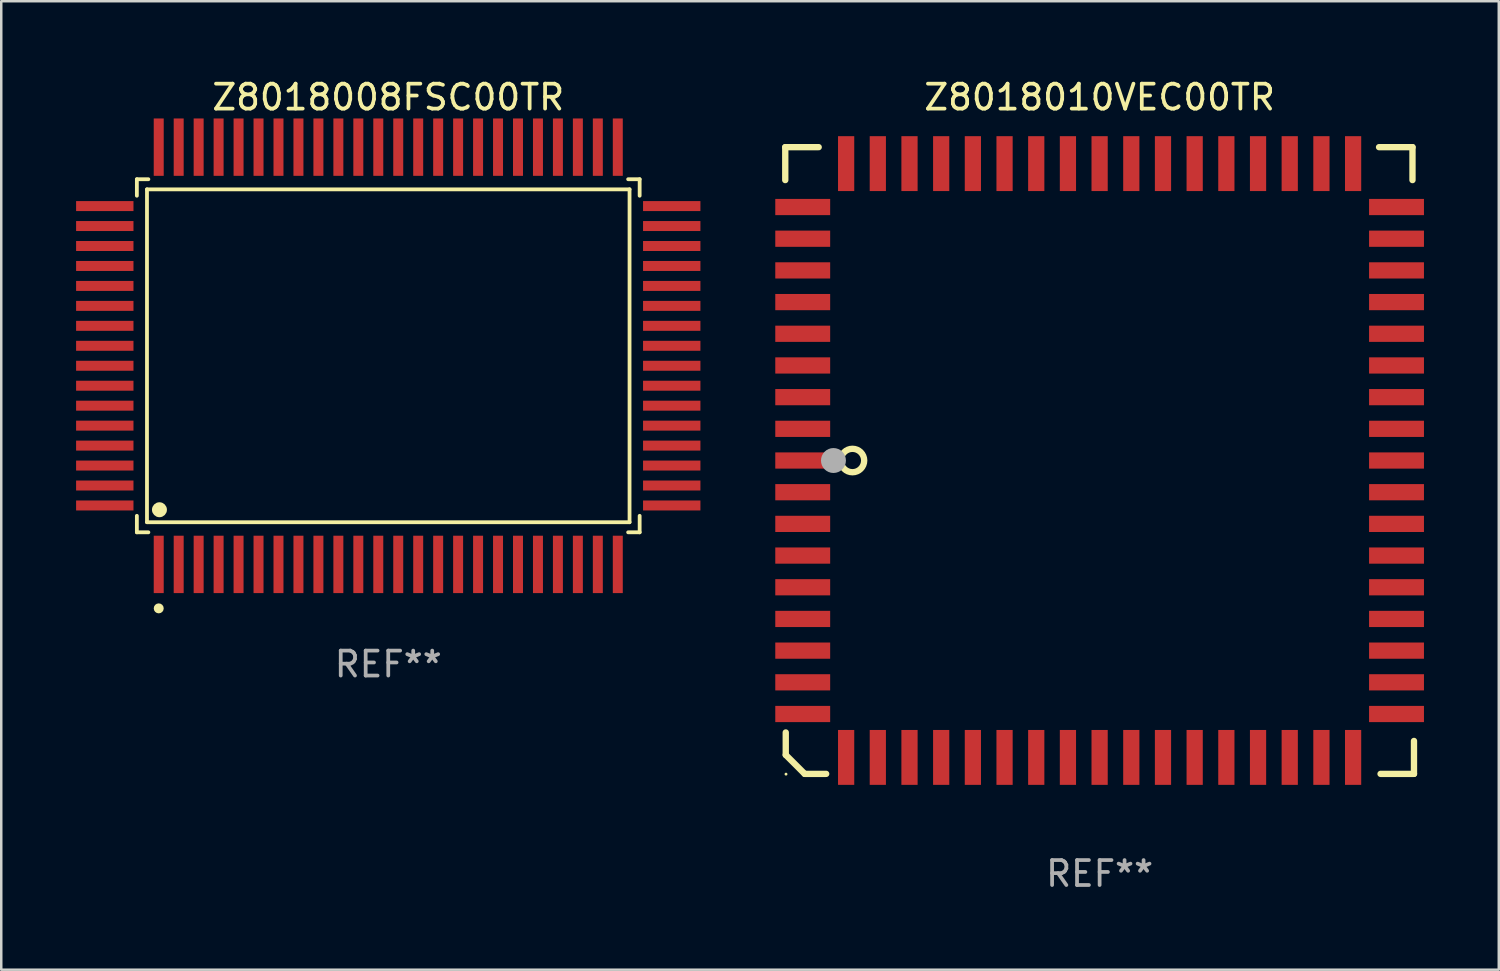
<source format=kicad_pcb>
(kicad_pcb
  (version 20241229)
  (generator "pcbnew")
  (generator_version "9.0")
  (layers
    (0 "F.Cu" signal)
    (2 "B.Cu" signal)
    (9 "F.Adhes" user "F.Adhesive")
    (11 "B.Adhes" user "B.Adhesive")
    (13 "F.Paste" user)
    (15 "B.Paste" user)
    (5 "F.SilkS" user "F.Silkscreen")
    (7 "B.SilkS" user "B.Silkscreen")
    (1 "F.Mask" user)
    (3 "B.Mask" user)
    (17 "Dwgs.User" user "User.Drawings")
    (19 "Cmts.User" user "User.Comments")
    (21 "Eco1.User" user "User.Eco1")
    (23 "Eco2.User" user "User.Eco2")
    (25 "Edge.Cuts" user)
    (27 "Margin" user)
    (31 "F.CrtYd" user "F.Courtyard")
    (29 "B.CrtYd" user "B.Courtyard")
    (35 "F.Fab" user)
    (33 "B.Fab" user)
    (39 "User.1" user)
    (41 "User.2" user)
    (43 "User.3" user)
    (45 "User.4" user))
  (footprint "Z8018010VEC00TR"
    (layer "F.Cu")
    (at 41.024 15.408)
    (property "Reference" "Z8018010VEC00TR" (at 0 -14.56 0) (layer "F.SilkS") (effects (font (size 1 1) (thickness 0.15))))
    (attr through_hole)
    (fp_line (start -12.6 -12.56) (end -12.6 -11.24) (stroke (width 0.254) (type solid)) (layer "F.SilkS"))
    (fp_line (start -12.58 10.9) (end -12.58 11.8) (stroke (width 0.254) (type solid)) (layer "F.SilkS"))
    (fp_line (start -12.58 11.8) (end -11.82 12.56) (stroke (width 0.254) (type solid)) (layer "F.SilkS"))
    (fp_line (start -11.82 12.56) (end -10.96 12.56) (stroke (width 0.254) (type solid)) (layer "F.SilkS"))
    (fp_line (start -11.26 -12.56) (end -12.6 -12.56) (stroke (width 0.254) (type solid)) (layer "F.SilkS"))
    (fp_line (start 11.2 -12.56) (end 12.54 -12.56) (stroke (width 0.254) (type solid)) (layer "F.SilkS"))
    (fp_line (start 11.26 12.56) (end 12.6 12.56) (stroke (width 0.254) (type solid)) (layer "F.SilkS"))
    (fp_line (start 12.54 -12.56) (end 12.54 -11.24) (stroke (width 0.254) (type solid)) (layer "F.SilkS"))
    (fp_line (start 12.6 12.56) (end 12.6 11.24) (stroke (width 0.254) (type solid)) (layer "F.SilkS"))
    (fp_circle (center -12.57 12.57) (end -12.54 12.57) (stroke (width 0.06) (type solid)) (fill no) (layer "F.SilkS"))
    (fp_circle (center -9.906 0) (end -9.436 0) (stroke (width 0.254) (type solid)) (fill no) (layer "F.SilkS"))
    (fp_circle (center -10.668 0) (end -10.418 0) (stroke (width 0.5) (type solid)) (fill no) (layer "F.Fab"))
    (fp_text user "REF**" (at 0 16.56 0) (layer "F.Fab") (effects (font (size 1 1) (thickness 0.15))))
    (pad "1" smd rect (at -11.9 -0.000076 270) (size 0.65 2.2) (layers "F.Cu" "F.Mask" "F.Paste"))
    (pad "2" smd rect (at -11.9 1.27 270) (size 0.65 2.2) (layers "F.Cu" "F.Mask" "F.Paste"))
    (pad "3" smd rect (at -11.9 2.54 270) (size 0.65 2.2) (layers "F.Cu" "F.Mask" "F.Paste"))
    (pad "4" smd rect (at -11.9 3.81 270) (size 0.65 2.2) (layers "F.Cu" "F.Mask" "F.Paste"))
    (pad "5" smd rect (at -11.9 5.08 270) (size 0.65 2.2) (layers "F.Cu" "F.Mask" "F.Paste"))
    (pad "6" smd rect (at -11.9 6.35 270) (size 0.65 2.2) (layers "F.Cu" "F.Mask" "F.Paste"))
    (pad "7" smd rect (at -11.9 7.62 270) (size 0.65 2.2) (layers "F.Cu" "F.Mask" "F.Paste"))
    (pad "8" smd rect (at -11.9 8.89 270) (size 0.65 2.2) (layers "F.Cu" "F.Mask" "F.Paste"))
    (pad "9" smd rect (at -11.9 10.16 270) (size 0.65 2.2) (layers "F.Cu" "F.Mask" "F.Paste"))
    (pad "10" smd rect (at -10.16 11.9 270) (size 2.2 0.65) (layers "F.Cu" "F.Mask" "F.Paste"))
    (pad "11" smd rect (at -8.89 11.9 270) (size 2.2 0.65) (layers "F.Cu" "F.Mask" "F.Paste"))
    (pad "12" smd rect (at -7.62 11.9 270) (size 2.2 0.65) (layers "F.Cu" "F.Mask" "F.Paste"))
    (pad "13" smd rect (at -6.35 11.9 270) (size 2.2 0.65) (layers "F.Cu" "F.Mask" "F.Paste"))
    (pad "14" smd rect (at -5.08 11.9 270) (size 2.2 0.65) (layers "F.Cu" "F.Mask" "F.Paste"))
    (pad "15" smd rect (at -3.81 11.9 270) (size 2.2 0.65) (layers "F.Cu" "F.Mask" "F.Paste"))
    (pad "16" smd rect (at -2.54 11.9 270) (size 2.2 0.65) (layers "F.Cu" "F.Mask" "F.Paste"))
    (pad "17" smd rect (at -1.27 11.9 270) (size 2.2 0.65) (layers "F.Cu" "F.Mask" "F.Paste"))
    (pad "18" smd rect (at 0 11.9 270) (size 2.2 0.65) (layers "F.Cu" "F.Mask" "F.Paste"))
    (pad "19" smd rect (at 1.27 11.9 270) (size 2.2 0.65) (layers "F.Cu" "F.Mask" "F.Paste"))
    (pad "20" smd rect (at 2.54 11.9 270) (size 2.2 0.65) (layers "F.Cu" "F.Mask" "F.Paste"))
    (pad "21" smd rect (at 3.81 11.9 270) (size 2.2 0.65) (layers "F.Cu" "F.Mask" "F.Paste"))
    (pad "22" smd rect (at 5.08 11.9 270) (size 2.2 0.65) (layers "F.Cu" "F.Mask" "F.Paste"))
    (pad "23" smd rect (at 6.35 11.9 270) (size 2.2 0.65) (layers "F.Cu" "F.Mask" "F.Paste"))
    (pad "24" smd rect (at 7.62 11.9 270) (size 2.2 0.65) (layers "F.Cu" "F.Mask" "F.Paste"))
    (pad "25" smd rect (at 8.89 11.9 270) (size 2.2 0.65) (layers "F.Cu" "F.Mask" "F.Paste"))
    (pad "26" smd rect (at 10.16 11.9 270) (size 2.2 0.65) (layers "F.Cu" "F.Mask" "F.Paste"))
    (pad "27" smd rect (at 11.9 10.16 270) (size 0.65 2.2) (layers "F.Cu" "F.Mask" "F.Paste"))
    (pad "28" smd rect (at 11.9 8.89 270) (size 0.65 2.2) (layers "F.Cu" "F.Mask" "F.Paste"))
    (pad "29" smd rect (at 11.9 7.62 270) (size 0.65 2.2) (layers "F.Cu" "F.Mask" "F.Paste"))
    (pad "30" smd rect (at 11.9 6.35 270) (size 0.65 2.2) (layers "F.Cu" "F.Mask" "F.Paste"))
    (pad "31" smd rect (at 11.9 5.08 270) (size 0.65 2.2) (layers "F.Cu" "F.Mask" "F.Paste"))
    (pad "32" smd rect (at 11.9 3.81 270) (size 0.65 2.2) (layers "F.Cu" "F.Mask" "F.Paste"))
    (pad "33" smd rect (at 11.9 2.54 270) (size 0.65 2.2) (layers "F.Cu" "F.Mask" "F.Paste"))
    (pad "34" smd rect (at 11.9 1.27 270) (size 0.65 2.2) (layers "F.Cu" "F.Mask" "F.Paste"))
    (pad "35" smd rect (at 11.9 -0.000076 270) (size 0.65 2.2) (layers "F.Cu" "F.Mask" "F.Paste"))
    (pad "36" smd rect (at 11.9 -1.27 270) (size 0.65 2.2) (layers "F.Cu" "F.Mask" "F.Paste"))
    (pad "37" smd rect (at 11.9 -2.54 270) (size 0.65 2.2) (layers "F.Cu" "F.Mask" "F.Paste"))
    (pad "38" smd rect (at 11.9 -3.81 270) (size 0.65 2.2) (layers "F.Cu" "F.Mask" "F.Paste"))
    (pad "39" smd rect (at 11.9 -5.08 270) (size 0.65 2.2) (layers "F.Cu" "F.Mask" "F.Paste"))
    (pad "40" smd rect (at 11.9 -6.35 270) (size 0.65 2.2) (layers "F.Cu" "F.Mask" "F.Paste"))
    (pad "41" smd rect (at 11.9 -7.62 270) (size 0.65 2.2) (layers "F.Cu" "F.Mask" "F.Paste"))
    (pad "42" smd rect (at 11.9 -8.89 270) (size 0.65 2.2) (layers "F.Cu" "F.Mask" "F.Paste"))
    (pad "43" smd rect (at 11.9 -10.16 270) (size 0.65 2.2) (layers "F.Cu" "F.Mask" "F.Paste"))
    (pad "44" smd rect (at 10.16 -11.9 270) (size 2.2 0.65) (layers "F.Cu" "F.Mask" "F.Paste"))
    (pad "45" smd rect (at 8.89 -11.9 270) (size 2.2 0.65) (layers "F.Cu" "F.Mask" "F.Paste"))
    (pad "46" smd rect (at 7.62 -11.9 270) (size 2.2 0.65) (layers "F.Cu" "F.Mask" "F.Paste"))
    (pad "47" smd rect (at 6.35 -11.9 270) (size 2.2 0.65) (layers "F.Cu" "F.Mask" "F.Paste"))
    (pad "48" smd rect (at 5.08 -11.9 270) (size 2.2 0.65) (layers "F.Cu" "F.Mask" "F.Paste"))
    (pad "49" smd rect (at 3.81 -11.9 270) (size 2.2 0.65) (layers "F.Cu" "F.Mask" "F.Paste"))
    (pad "50" smd rect (at 2.54 -11.9 270) (size 2.2 0.65) (layers "F.Cu" "F.Mask" "F.Paste"))
    (pad "51" smd rect (at 1.27 -11.9 270) (size 2.2 0.65) (layers "F.Cu" "F.Mask" "F.Paste"))
    (pad "52" smd rect (at 0 -11.9 270) (size 2.2 0.65) (layers "F.Cu" "F.Mask" "F.Paste"))
    (pad "53" smd rect (at -1.27 -11.9 270) (size 2.2 0.65) (layers "F.Cu" "F.Mask" "F.Paste"))
    (pad "54" smd rect (at -2.54 -11.9 270) (size 2.2 0.65) (layers "F.Cu" "F.Mask" "F.Paste"))
    (pad "55" smd rect (at -3.81 -11.9 270) (size 2.2 0.65) (layers "F.Cu" "F.Mask" "F.Paste"))
    (pad "56" smd rect (at -5.08 -11.9 270) (size 2.2 0.65) (layers "F.Cu" "F.Mask" "F.Paste"))
    (pad "57" smd rect (at -6.35 -11.9 270) (size 2.2 0.65) (layers "F.Cu" "F.Mask" "F.Paste"))
    (pad "58" smd rect (at -7.62 -11.9 270) (size 2.2 0.65) (layers "F.Cu" "F.Mask" "F.Paste"))
    (pad "59" smd rect (at -8.89 -11.9 270) (size 2.2 0.65) (layers "F.Cu" "F.Mask" "F.Paste"))
    (pad "60" smd rect (at -10.16 -11.9 270) (size 2.2 0.65) (layers "F.Cu" "F.Mask" "F.Paste"))
    (pad "61" smd rect (at -11.9 -10.16 270) (size 0.65 2.2) (layers "F.Cu" "F.Mask" "F.Paste"))
    (pad "62" smd rect (at -11.9 -8.89 270) (size 0.65 2.2) (layers "F.Cu" "F.Mask" "F.Paste"))
    (pad "63" smd rect (at -11.9 -7.62 270) (size 0.65 2.2) (layers "F.Cu" "F.Mask" "F.Paste"))
    (pad "64" smd rect (at -11.9 -6.35 270) (size 0.65 2.2) (layers "F.Cu" "F.Mask" "F.Paste"))
    (pad "65" smd rect (at -11.9 -5.08 270) (size 0.65 2.2) (layers "F.Cu" "F.Mask" "F.Paste"))
    (pad "66" smd rect (at -11.9 -3.81 270) (size 0.65 2.2) (layers "F.Cu" "F.Mask" "F.Paste"))
    (pad "67" smd rect (at -11.9 -2.54 270) (size 0.65 2.2) (layers "F.Cu" "F.Mask" "F.Paste"))
    (pad "68" smd rect (at -11.9 -1.27 270) (size 0.65 2.2) (layers "F.Cu" "F.Mask" "F.Paste")))
  (footprint "Z8018008FSC00TR"
    (layer "F.Cu")
    (at 12.512 11.21)
    (property "Reference" "Z8018008FSC00TR" (at 0 -10.362 0) (layer "F.SilkS") (effects (font (size 1 1) (thickness 0.15))))
    (attr through_hole)
    (fp_line (start -10.076 -7.076) (end -9.615 -7.076) (stroke (width 0.152) (type solid)) (layer "F.SilkS"))
    (fp_line (start -10.076 -6.415) (end -10.076 -7.076) (stroke (width 0.152) (type solid)) (layer "F.SilkS"))
    (fp_line (start -10.076 6.415) (end -10.076 7.076) (stroke (width 0.152) (type solid)) (layer "F.SilkS"))
    (fp_line (start -10.076 7.076) (end -9.615 7.076) (stroke (width 0.152) (type solid)) (layer "F.SilkS"))
    (fp_line (start -9.671 -6.671) (end 9.671 -6.671) (stroke (width 0.152) (type solid)) (layer "F.SilkS"))
    (fp_line (start -9.671 6.671) (end -9.671 -6.671) (stroke (width 0.152) (type solid)) (layer "F.SilkS"))
    (fp_line (start 9.671 -6.671) (end 9.671 6.671) (stroke (width 0.152) (type solid)) (layer "F.SilkS"))
    (fp_line (start 9.671 6.671) (end -9.671 6.671) (stroke (width 0.152) (type solid)) (layer "F.SilkS"))
    (fp_line (start 10.076 -7.076) (end 9.615 -7.076) (stroke (width 0.152) (type solid)) (layer "F.SilkS"))
    (fp_line (start 10.076 -6.415) (end 10.076 -7.076) (stroke (width 0.152) (type solid)) (layer "F.SilkS"))
    (fp_line (start 10.076 6.415) (end 10.076 7.076) (stroke (width 0.152) (type solid)) (layer "F.SilkS"))
    (fp_line (start 10.076 7.076) (end 9.615 7.076) (stroke (width 0.152) (type solid)) (layer "F.SilkS"))
    (fp_circle (center -9.2 10.124) (end -9.1 10.124) (stroke (width 0.2) (type solid)) (fill no) (layer "F.SilkS"))
    (fp_circle (center -9.171 6.171) (end -9.021 6.171) (stroke (width 0.3) (type solid)) (fill no) (layer "F.SilkS"))
    (fp_text user "REF**" (at 0 12.362 0) (layer "F.Fab") (effects (font (size 1 1) (thickness 0.15))))
    (pad "1" smd rect (at -9.2 8.362) (size 0.4 2.3) (layers "F.Cu" "F.Mask" "F.Paste"))
    (pad "2" smd rect (at -8.4 8.362) (size 0.4 2.3) (layers "F.Cu" "F.Mask" "F.Paste"))
    (pad "3" smd rect (at -7.6 8.362) (size 0.4 2.3) (layers "F.Cu" "F.Mask" "F.Paste"))
    (pad "4" smd rect (at -6.8 8.362) (size 0.4 2.3) (layers "F.Cu" "F.Mask" "F.Paste"))
    (pad "5" smd rect (at -6 8.362) (size 0.4 2.3) (layers "F.Cu" "F.Mask" "F.Paste"))
    (pad "6" smd rect (at -5.2 8.362) (size 0.4 2.3) (layers "F.Cu" "F.Mask" "F.Paste"))
    (pad "7" smd rect (at -4.4 8.362) (size 0.4 2.3) (layers "F.Cu" "F.Mask" "F.Paste"))
    (pad "8" smd rect (at -3.6 8.362) (size 0.4 2.3) (layers "F.Cu" "F.Mask" "F.Paste"))
    (pad "9" smd rect (at -2.8 8.362) (size 0.4 2.3) (layers "F.Cu" "F.Mask" "F.Paste"))
    (pad "10" smd rect (at -2 8.362) (size 0.4 2.3) (layers "F.Cu" "F.Mask" "F.Paste"))
    (pad "11" smd rect (at -1.2 8.362) (size 0.4 2.3) (layers "F.Cu" "F.Mask" "F.Paste"))
    (pad "12" smd rect (at -0.4 8.362) (size 0.4 2.3) (layers "F.Cu" "F.Mask" "F.Paste"))
    (pad "13" smd rect (at 0.4 8.362) (size 0.4 2.3) (layers "F.Cu" "F.Mask" "F.Paste"))
    (pad "14" smd rect (at 1.2 8.362) (size 0.4 2.3) (layers "F.Cu" "F.Mask" "F.Paste"))
    (pad "15" smd rect (at 2 8.362) (size 0.4 2.3) (layers "F.Cu" "F.Mask" "F.Paste"))
    (pad "16" smd rect (at 2.8 8.362) (size 0.4 2.3) (layers "F.Cu" "F.Mask" "F.Paste"))
    (pad "17" smd rect (at 3.6 8.362) (size 0.4 2.3) (layers "F.Cu" "F.Mask" "F.Paste"))
    (pad "18" smd rect (at 4.4 8.362) (size 0.4 2.3) (layers "F.Cu" "F.Mask" "F.Paste"))
    (pad "19" smd rect (at 5.2 8.362) (size 0.4 2.3) (layers "F.Cu" "F.Mask" "F.Paste"))
    (pad "20" smd rect (at 6 8.362) (size 0.4 2.3) (layers "F.Cu" "F.Mask" "F.Paste"))
    (pad "21" smd rect (at 6.8 8.362) (size 0.4 2.3) (layers "F.Cu" "F.Mask" "F.Paste"))
    (pad "22" smd rect (at 7.6 8.362) (size 0.4 2.3) (layers "F.Cu" "F.Mask" "F.Paste"))
    (pad "23" smd rect (at 8.4 8.362) (size 0.4 2.3) (layers "F.Cu" "F.Mask" "F.Paste"))
    (pad "24" smd rect (at 9.2 8.362) (size 0.4 2.3) (layers "F.Cu" "F.Mask" "F.Paste"))
    (pad "25" smd rect (at 11.362 6) (size 2.3 0.4) (layers "F.Cu" "F.Mask" "F.Paste"))
    (pad "26" smd rect (at 11.362 5.2) (size 2.3 0.4) (layers "F.Cu" "F.Mask" "F.Paste"))
    (pad "27" smd rect (at 11.362 4.4) (size 2.3 0.4) (layers "F.Cu" "F.Mask" "F.Paste"))
    (pad "28" smd rect (at 11.362 3.6) (size 2.3 0.4) (layers "F.Cu" "F.Mask" "F.Paste"))
    (pad "29" smd rect (at 11.362 2.8) (size 2.3 0.4) (layers "F.Cu" "F.Mask" "F.Paste"))
    (pad "30" smd rect (at 11.362 2) (size 2.3 0.4) (layers "F.Cu" "F.Mask" "F.Paste"))
    (pad "31" smd rect (at 11.362 1.2) (size 2.3 0.4) (layers "F.Cu" "F.Mask" "F.Paste"))
    (pad "32" smd rect (at 11.362 0.4) (size 2.3 0.4) (layers "F.Cu" "F.Mask" "F.Paste"))
    (pad "33" smd rect (at 11.362 -0.4) (size 2.3 0.4) (layers "F.Cu" "F.Mask" "F.Paste"))
    (pad "34" smd rect (at 11.362 -1.2) (size 2.3 0.4) (layers "F.Cu" "F.Mask" "F.Paste"))
    (pad "35" smd rect (at 11.362 -2) (size 2.3 0.4) (layers "F.Cu" "F.Mask" "F.Paste"))
    (pad "36" smd rect (at 11.362 -2.8) (size 2.3 0.4) (layers "F.Cu" "F.Mask" "F.Paste"))
    (pad "37" smd rect (at 11.362 -3.6) (size 2.3 0.4) (layers "F.Cu" "F.Mask" "F.Paste"))
    (pad "38" smd rect (at 11.362 -4.4) (size 2.3 0.4) (layers "F.Cu" "F.Mask" "F.Paste"))
    (pad "39" smd rect (at 11.362 -5.2) (size 2.3 0.4) (layers "F.Cu" "F.Mask" "F.Paste"))
    (pad "40" smd rect (at 11.362 -6) (size 2.3 0.4) (layers "F.Cu" "F.Mask" "F.Paste"))
    (pad "41" smd rect (at 9.2 -8.362) (size 0.4 2.3) (layers "F.Cu" "F.Mask" "F.Paste"))
    (pad "42" smd rect (at 8.4 -8.362) (size 0.4 2.3) (layers "F.Cu" "F.Mask" "F.Paste"))
    (pad "43" smd rect (at 7.6 -8.362) (size 0.4 2.3) (layers "F.Cu" "F.Mask" "F.Paste"))
    (pad "44" smd rect (at 6.8 -8.362) (size 0.4 2.3) (layers "F.Cu" "F.Mask" "F.Paste"))
    (pad "45" smd rect (at 6 -8.362) (size 0.4 2.3) (layers "F.Cu" "F.Mask" "F.Paste"))
    (pad "46" smd rect (at 5.2 -8.362) (size 0.4 2.3) (layers "F.Cu" "F.Mask" "F.Paste"))
    (pad "47" smd rect (at 4.4 -8.362) (size 0.4 2.3) (layers "F.Cu" "F.Mask" "F.Paste"))
    (pad "48" smd rect (at 3.6 -8.362) (size 0.4 2.3) (layers "F.Cu" "F.Mask" "F.Paste"))
    (pad "49" smd rect (at 2.8 -8.362) (size 0.4 2.3) (layers "F.Cu" "F.Mask" "F.Paste"))
    (pad "50" smd rect (at 2 -8.362) (size 0.4 2.3) (layers "F.Cu" "F.Mask" "F.Paste"))
    (pad "51" smd rect (at 1.2 -8.362) (size 0.4 2.3) (layers "F.Cu" "F.Mask" "F.Paste"))
    (pad "52" smd rect (at 0.4 -8.362) (size 0.4 2.3) (layers "F.Cu" "F.Mask" "F.Paste"))
    (pad "53" smd rect (at -0.4 -8.362) (size 0.4 2.3) (layers "F.Cu" "F.Mask" "F.Paste"))
    (pad "54" smd rect (at -1.2 -8.362) (size 0.4 2.3) (layers "F.Cu" "F.Mask" "F.Paste"))
    (pad "55" smd rect (at -2 -8.362) (size 0.4 2.3) (layers "F.Cu" "F.Mask" "F.Paste"))
    (pad "56" smd rect (at -2.8 -8.362) (size 0.4 2.3) (layers "F.Cu" "F.Mask" "F.Paste"))
    (pad "57" smd rect (at -3.6 -8.362) (size 0.4 2.3) (layers "F.Cu" "F.Mask" "F.Paste"))
    (pad "58" smd rect (at -4.4 -8.362) (size 0.4 2.3) (layers "F.Cu" "F.Mask" "F.Paste"))
    (pad "59" smd rect (at -5.2 -8.362) (size 0.4 2.3) (layers "F.Cu" "F.Mask" "F.Paste"))
    (pad "60" smd rect (at -6 -8.362) (size 0.4 2.3) (layers "F.Cu" "F.Mask" "F.Paste"))
    (pad "61" smd rect (at -6.8 -8.362) (size 0.4 2.3) (layers "F.Cu" "F.Mask" "F.Paste"))
    (pad "62" smd rect (at -7.6 -8.362) (size 0.4 2.3) (layers "F.Cu" "F.Mask" "F.Paste"))
    (pad "63" smd rect (at -8.4 -8.362) (size 0.4 2.3) (layers "F.Cu" "F.Mask" "F.Paste"))
    (pad "64" smd rect (at -9.2 -8.362) (size 0.4 2.3) (layers "F.Cu" "F.Mask" "F.Paste"))
    (pad "65" smd rect (at -11.362 -6) (size 2.3 0.4) (layers "F.Cu" "F.Mask" "F.Paste"))
    (pad "66" smd rect (at -11.362 -5.2) (size 2.3 0.4) (layers "F.Cu" "F.Mask" "F.Paste"))
    (pad "67" smd rect (at -11.362 -4.4) (size 2.3 0.4) (layers "F.Cu" "F.Mask" "F.Paste"))
    (pad "68" smd rect (at -11.362 -3.6) (size 2.3 0.4) (layers "F.Cu" "F.Mask" "F.Paste"))
    (pad "69" smd rect (at -11.362 -2.8) (size 2.3 0.4) (layers "F.Cu" "F.Mask" "F.Paste"))
    (pad "70" smd rect (at -11.362 -2) (size 2.3 0.4) (layers "F.Cu" "F.Mask" "F.Paste"))
    (pad "71" smd rect (at -11.362 -1.2) (size 2.3 0.4) (layers "F.Cu" "F.Mask" "F.Paste"))
    (pad "72" smd rect (at -11.362 -0.4) (size 2.3 0.4) (layers "F.Cu" "F.Mask" "F.Paste"))
    (pad "73" smd rect (at -11.362 0.4) (size 2.3 0.4) (layers "F.Cu" "F.Mask" "F.Paste"))
    (pad "74" smd rect (at -11.362 1.2) (size 2.3 0.4) (layers "F.Cu" "F.Mask" "F.Paste"))
    (pad "75" smd rect (at -11.362 2) (size 2.3 0.4) (layers "F.Cu" "F.Mask" "F.Paste"))
    (pad "76" smd rect (at -11.362 2.8) (size 2.3 0.4) (layers "F.Cu" "F.Mask" "F.Paste"))
    (pad "77" smd rect (at -11.362 3.6) (size 2.3 0.4) (layers "F.Cu" "F.Mask" "F.Paste"))
    (pad "78" smd rect (at -11.362 4.4) (size 2.3 0.4) (layers "F.Cu" "F.Mask" "F.Paste"))
    (pad "79" smd rect (at -11.362 5.2) (size 2.3 0.4) (layers "F.Cu" "F.Mask" "F.Paste"))
    (pad "80" smd rect (at -11.362 6) (size 2.3 0.4) (layers "F.Cu" "F.Mask" "F.Paste")))
  (gr_rect
    (start -3 -3)
    (end 57.023 35.816)
    (stroke (width 0.1) (type default))
    (fill no)
    (layer "Edge.Cuts")))
</source>
